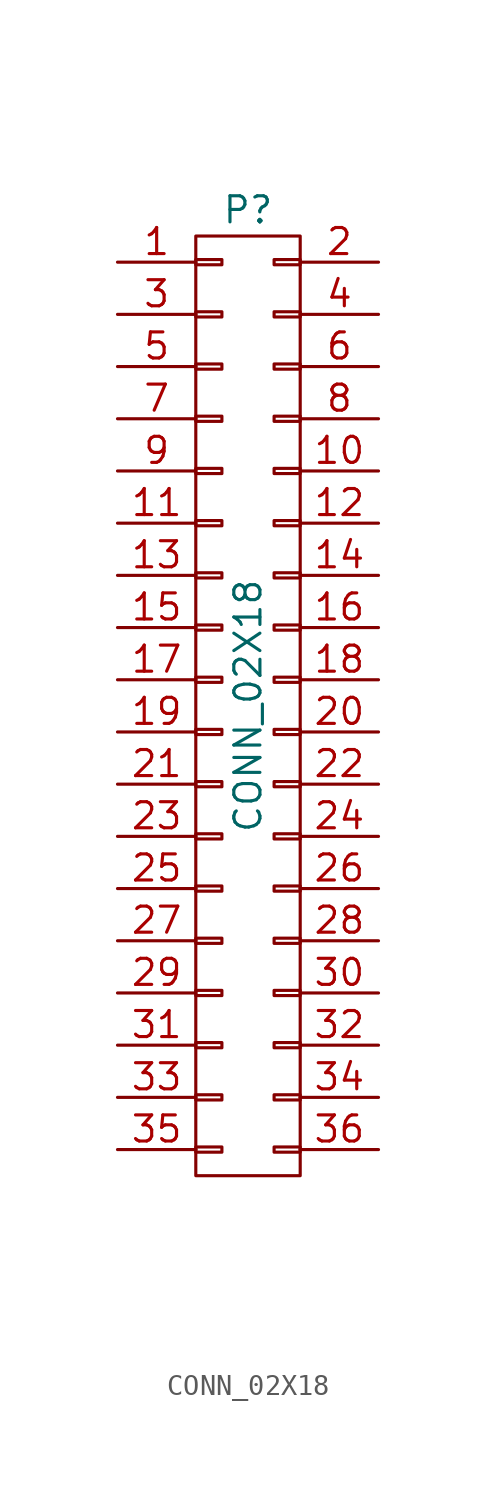
<source format=kicad_sym>
(kicad_symbol_lib
  (version 20231120)
  (generator "kicad_symbol_editor")
  (generator_version "8.0")
  (symbol "CONN_02X18"
    (pin_names
      (offset 0.025) hide)
    (property "Reference" "P"
      (at 0 24.13 0)
      (effects (font (size 1.27 1.27))))
    (property "Value" "CONN_02X18"
      (at 0 0 90)
      (effects (font (size 1.27 1.27))))
    (property "Footprint" ""
      (at 0 -26.67 0)
      (effects (font (size 1.27 1.27))))
    (property "Datasheet" ""
      (at 0 -26.67 0)
      (effects (font (size 1.27 1.27))))
    (symbol "CONN_02X18_0_1"
      (rectangle (start -2.54 -21.463) (end -1.27 -21.717) (stroke (width 0) (type solid)) (fill (type none)))
      (rectangle (start -2.54 -18.923) (end -1.27 -19.177) (stroke (width 0) (type solid)) (fill (type none)))
      (rectangle (start -2.54 -16.383) (end -1.27 -16.637) (stroke (width 0) (type solid)) (fill (type none)))
      (rectangle (start -2.54 -13.843) (end -1.27 -14.097) (stroke (width 0) (type solid)) (fill (type none)))
      (rectangle (start -2.54 -11.303) (end -1.27 -11.557) (stroke (width 0) (type solid)) (fill (type none)))
      (rectangle (start -2.54 -8.763) (end -1.27 -9.017) (stroke (width 0) (type solid)) (fill (type none)))
      (rectangle (start -2.54 -6.223) (end -1.27 -6.477) (stroke (width 0) (type solid)) (fill (type none)))
      (rectangle (start -2.54 -3.683) (end -1.27 -3.937) (stroke (width 0) (type solid)) (fill (type none)))
      (rectangle (start -2.54 -1.143) (end -1.27 -1.397) (stroke (width 0) (type solid)) (fill (type none)))
      (rectangle (start -2.54 1.397) (end -1.27 1.143) (stroke (width 0) (type solid)) (fill (type none)))
      (rectangle (start -2.54 3.937) (end -1.27 3.683) (stroke (width 0) (type solid)) (fill (type none)))
      (rectangle (start -2.54 6.477) (end -1.27 6.223) (stroke (width 0) (type solid)) (fill (type none)))
      (rectangle (start -2.54 9.017) (end -1.27 8.763) (stroke (width 0) (type solid)) (fill (type none)))
      (rectangle (start -2.54 11.557) (end -1.27 11.303) (stroke (width 0) (type solid)) (fill (type none)))
      (rectangle (start -2.54 14.097) (end -1.27 13.843) (stroke (width 0) (type solid)) (fill (type none)))
      (rectangle (start -2.54 16.637) (end -1.27 16.383) (stroke (width 0) (type solid)) (fill (type none)))
      (rectangle (start -2.54 19.177) (end -1.27 18.923) (stroke (width 0) (type solid)) (fill (type none)))
      (rectangle (start -2.54 21.717) (end -1.27 21.463) (stroke (width 0) (type solid)) (fill (type none)))
      (rectangle (start -2.54 22.86) (end 2.54 -22.86) (stroke (width 0) (type solid)) (fill (type none)))
      (rectangle (start 1.27 -21.463) (end 2.54 -21.717) (stroke (width 0) (type solid)) (fill (type none)))
      (rectangle (start 1.27 -18.923) (end 2.54 -19.177) (stroke (width 0) (type solid)) (fill (type none)))
      (rectangle (start 1.27 -16.383) (end 2.54 -16.637) (stroke (width 0) (type solid)) (fill (type none)))
      (rectangle (start 1.27 -13.843) (end 2.54 -14.097) (stroke (width 0) (type solid)) (fill (type none)))
      (rectangle (start 1.27 -11.303) (end 2.54 -11.557) (stroke (width 0) (type solid)) (fill (type none)))
      (rectangle (start 1.27 -8.763) (end 2.54 -9.017) (stroke (width 0) (type solid)) (fill (type none)))
      (rectangle (start 1.27 -6.223) (end 2.54 -6.477) (stroke (width 0) (type solid)) (fill (type none)))
      (rectangle (start 1.27 -3.683) (end 2.54 -3.937) (stroke (width 0) (type solid)) (fill (type none)))
      (rectangle (start 1.27 -1.143) (end 2.54 -1.397) (stroke (width 0) (type solid)) (fill (type none)))
      (rectangle (start 1.27 1.397) (end 2.54 1.143) (stroke (width 0) (type solid)) (fill (type none)))
      (rectangle (start 1.27 3.937) (end 2.54 3.683) (stroke (width 0) (type solid)) (fill (type none)))
      (rectangle (start 1.27 6.477) (end 2.54 6.223) (stroke (width 0) (type solid)) (fill (type none)))
      (rectangle (start 1.27 9.017) (end 2.54 8.763) (stroke (width 0) (type solid)) (fill (type none)))
      (rectangle (start 1.27 11.557) (end 2.54 11.303) (stroke (width 0) (type solid)) (fill (type none)))
      (rectangle (start 1.27 14.097) (end 2.54 13.843) (stroke (width 0) (type solid)) (fill (type none)))
      (rectangle (start 1.27 16.637) (end 2.54 16.383) (stroke (width 0) (type solid)) (fill (type none)))
      (rectangle (start 1.27 19.177) (end 2.54 18.923) (stroke (width 0) (type solid)) (fill (type none)))
      (rectangle (start 1.27 21.717) (end 2.54 21.463) (stroke (width 0) (type solid)) (fill (type none))))
    (symbol "CONN_02X18_1_1"
      (pin passive line (at -6.35 21.59 0) (length 3.81) (name "P1" (effects (font (size 1.27 1.27)))) (number "1" (effects (font (size 1.27 1.27)))))
      (pin passive line (at 6.35 11.43 180) (length 3.81) (name "P10" (effects (font (size 1.27 1.27)))) (number "10" (effects (font (size 1.27 1.27)))))
      (pin passive line (at -6.35 8.89 0) (length 3.81) (name "P11" (effects (font (size 1.27 1.27)))) (number "11" (effects (font (size 1.27 1.27)))))
      (pin passive line (at 6.35 8.89 180) (length 3.81) (name "P12" (effects (font (size 1.27 1.27)))) (number "12" (effects (font (size 1.27 1.27)))))
      (pin passive line (at -6.35 6.35 0) (length 3.81) (name "P13" (effects (font (size 1.27 1.27)))) (number "13" (effects (font (size 1.27 1.27)))))
      (pin passive line (at 6.35 6.35 180) (length 3.81) (name "P14" (effects (font (size 1.27 1.27)))) (number "14" (effects (font (size 1.27 1.27)))))
      (pin passive line (at -6.35 3.81 0) (length 3.81) (name "P15" (effects (font (size 1.27 1.27)))) (number "15" (effects (font (size 1.27 1.27)))))
      (pin passive line (at 6.35 3.81 180) (length 3.81) (name "P16" (effects (font (size 1.27 1.27)))) (number "16" (effects (font (size 1.27 1.27)))))
      (pin passive line (at -6.35 1.27 0) (length 3.81) (name "P17" (effects (font (size 1.27 1.27)))) (number "17" (effects (font (size 1.27 1.27)))))
      (pin passive line (at 6.35 1.27 180) (length 3.81) (name "P18" (effects (font (size 1.27 1.27)))) (number "18" (effects (font (size 1.27 1.27)))))
      (pin passive line (at -6.35 -1.27 0) (length 3.81) (name "P19" (effects (font (size 1.27 1.27)))) (number "19" (effects (font (size 1.27 1.27)))))
      (pin passive line (at 6.35 21.59 180) (length 3.81) (name "P2" (effects (font (size 1.27 1.27)))) (number "2" (effects (font (size 1.27 1.27)))))
      (pin passive line (at 6.35 -1.27 180) (length 3.81) (name "P20" (effects (font (size 1.27 1.27)))) (number "20" (effects (font (size 1.27 1.27)))))
      (pin passive line (at -6.35 -3.81 0) (length 3.81) (name "P21" (effects (font (size 1.27 1.27)))) (number "21" (effects (font (size 1.27 1.27)))))
      (pin passive line (at 6.35 -3.81 180) (length 3.81) (name "P22" (effects (font (size 1.27 1.27)))) (number "22" (effects (font (size 1.27 1.27)))))
      (pin passive line (at -6.35 -6.35 0) (length 3.81) (name "P23" (effects (font (size 1.27 1.27)))) (number "23" (effects (font (size 1.27 1.27)))))
      (pin passive line (at 6.35 -6.35 180) (length 3.81) (name "P24" (effects (font (size 1.27 1.27)))) (number "24" (effects (font (size 1.27 1.27)))))
      (pin passive line (at -6.35 -8.89 0) (length 3.81) (name "P25" (effects (font (size 1.27 1.27)))) (number "25" (effects (font (size 1.27 1.27)))))
      (pin passive line (at 6.35 -8.89 180) (length 3.81) (name "P26" (effects (font (size 1.27 1.27)))) (number "26" (effects (font (size 1.27 1.27)))))
      (pin passive line (at -6.35 -11.43 0) (length 3.81) (name "P27" (effects (font (size 1.27 1.27)))) (number "27" (effects (font (size 1.27 1.27)))))
      (pin passive line (at 6.35 -11.43 180) (length 3.81) (name "P28" (effects (font (size 1.27 1.27)))) (number "28" (effects (font (size 1.27 1.27)))))
      (pin passive line (at -6.35 -13.97 0) (length 3.81) (name "P29" (effects (font (size 1.27 1.27)))) (number "29" (effects (font (size 1.27 1.27)))))
      (pin passive line (at -6.35 19.05 0) (length 3.81) (name "P3" (effects (font (size 1.27 1.27)))) (number "3" (effects (font (size 1.27 1.27)))))
      (pin passive line (at 6.35 -13.97 180) (length 3.81) (name "P30" (effects (font (size 1.27 1.27)))) (number "30" (effects (font (size 1.27 1.27)))))
      (pin passive line (at -6.35 -16.51 0) (length 3.81) (name "P31" (effects (font (size 1.27 1.27)))) (number "31" (effects (font (size 1.27 1.27)))))
      (pin passive line (at 6.35 -16.51 180) (length 3.81) (name "P32" (effects (font (size 1.27 1.27)))) (number "32" (effects (font (size 1.27 1.27)))))
      (pin passive line (at -6.35 -19.05 0) (length 3.81) (name "P33" (effects (font (size 1.27 1.27)))) (number "33" (effects (font (size 1.27 1.27)))))
      (pin passive line (at 6.35 -19.05 180) (length 3.81) (name "P34" (effects (font (size 1.27 1.27)))) (number "34" (effects (font (size 1.27 1.27)))))
      (pin passive line (at -6.35 -21.59 0) (length 3.81) (name "P35" (effects (font (size 1.27 1.27)))) (number "35" (effects (font (size 1.27 1.27)))))
      (pin passive line (at 6.35 -21.59 180) (length 3.81) (name "P36" (effects (font (size 1.27 1.27)))) (number "36" (effects (font (size 1.27 1.27)))))
      (pin passive line (at 6.35 19.05 180) (length 3.81) (name "P4" (effects (font (size 1.27 1.27)))) (number "4" (effects (font (size 1.27 1.27)))))
      (pin passive line (at -6.35 16.51 0) (length 3.81) (name "P5" (effects (font (size 1.27 1.27)))) (number "5" (effects (font (size 1.27 1.27)))))
      (pin passive line (at 6.35 16.51 180) (length 3.81) (name "P6" (effects (font (size 1.27 1.27)))) (number "6" (effects (font (size 1.27 1.27)))))
      (pin passive line (at -6.35 13.97 0) (length 3.81) (name "P7" (effects (font (size 1.27 1.27)))) (number "7" (effects (font (size 1.27 1.27)))))
      (pin passive line (at 6.35 13.97 180) (length 3.81) (name "P8" (effects (font (size 1.27 1.27)))) (number "8" (effects (font (size 1.27 1.27)))))
      (pin passive line (at -6.35 11.43 0) (length 3.81) (name "P9" (effects (font (size 1.27 1.27)))) (number "9" (effects (font (size 1.27 1.27))))))))
</source>
